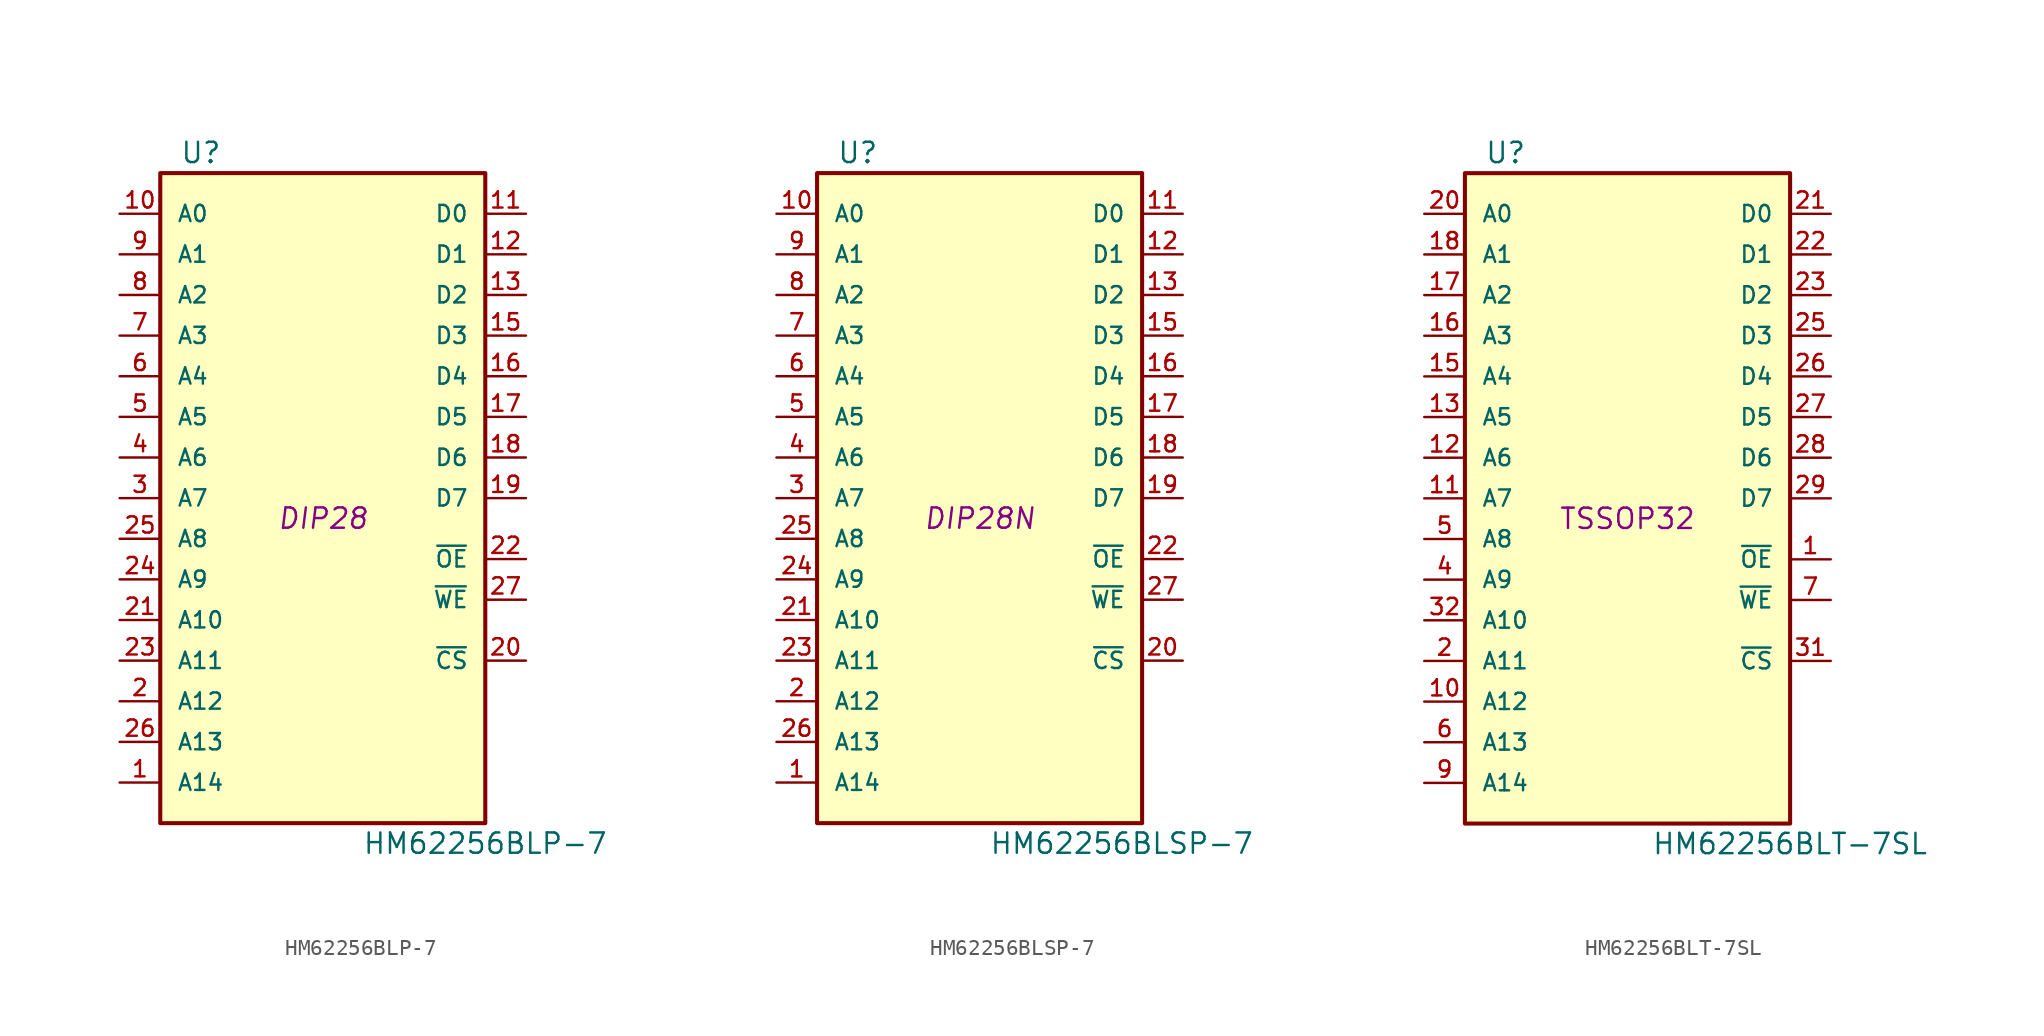
<source format=kicad_sym>
(kicad_symbol_lib
  (version 20231120)
  (generator "kicad_symbol_editor")
  (generator_version "8.0")
  (symbol "HM62256BLP-7"
    (pin_names
      (offset 1.016))
    (property "Reference" "U"
      (at -7.62 22.86 0)
      (effects (font (size 1.27 1.27))))
    (property "Value" "HM62256BLP-7"
      (at 10.16 -20.32 0)
      (effects (font (size 1.27 1.27))))
    (property "Footprint" "DIP28"
      (at 0 0 0)
      (effects (font (size 1.27 1.27) (italic yes))))
    (property "Datasheet" ""
      (at 0 0 0)
      (effects (font (size 1.27 1.27))))
    (symbol "HM62256BLP-7_0_0"
      (pin power_in line (at 0 -20.32 90) (length 1.27) hide (name "GND" (effects (font (size 1.016 1.016)))) (number "14" (effects (font (size 1.016 1.016)))))
      (pin power_in line (at 0 22.86 270) (length 1.27) hide (name "VCC" (effects (font (size 1.016 1.016)))) (number "28" (effects (font (size 1.016 1.016))))))
    (symbol "HM62256BLP-7_0_1"
      (rectangle (start -10.16 21.59) (end 10.16 -19.05) (stroke (width 0.254) (type solid)) (fill (type background))))
    (symbol "HM62256BLP-7_1_1"
      (pin input line (at -12.7 -16.51 0) (length 2.54) (name "A14" (effects (font (size 1.016 1.016)))) (number "1" (effects (font (size 1.016 1.016)))))
      (pin input line (at -12.7 19.05 0) (length 2.54) (name "A0" (effects (font (size 1.016 1.016)))) (number "10" (effects (font (size 1.016 1.016)))))
      (pin tri_state line (at 12.7 19.05 180) (length 2.54) (name "D0" (effects (font (size 1.016 1.016)))) (number "11" (effects (font (size 1.016 1.016)))))
      (pin tri_state line (at 12.7 16.51 180) (length 2.54) (name "D1" (effects (font (size 1.016 1.016)))) (number "12" (effects (font (size 1.016 1.016)))))
      (pin tri_state line (at 12.7 13.97 180) (length 2.54) (name "D2" (effects (font (size 1.016 1.016)))) (number "13" (effects (font (size 1.016 1.016)))))
      (pin tri_state line (at 12.7 11.43 180) (length 2.54) (name "D3" (effects (font (size 1.016 1.016)))) (number "15" (effects (font (size 1.016 1.016)))))
      (pin tri_state line (at 12.7 8.89 180) (length 2.54) (name "D4" (effects (font (size 1.016 1.016)))) (number "16" (effects (font (size 1.016 1.016)))))
      (pin tri_state line (at 12.7 6.35 180) (length 2.54) (name "D5" (effects (font (size 1.016 1.016)))) (number "17" (effects (font (size 1.016 1.016)))))
      (pin tri_state line (at 12.7 3.81 180) (length 2.54) (name "D6" (effects (font (size 1.016 1.016)))) (number "18" (effects (font (size 1.016 1.016)))))
      (pin tri_state line (at 12.7 1.27 180) (length 2.54) (name "D7" (effects (font (size 1.016 1.016)))) (number "19" (effects (font (size 1.016 1.016)))))
      (pin input line (at -12.7 -11.43 0) (length 2.54) (name "A12" (effects (font (size 1.016 1.016)))) (number "2" (effects (font (size 1.016 1.016)))))
      (pin input line (at 12.7 -8.89 180) (length 2.54) (name "~{CS}" (effects (font (size 1.016 1.016)))) (number "20" (effects (font (size 1.016 1.016)))))
      (pin input line (at -12.7 -6.35 0) (length 2.54) (name "A10" (effects (font (size 1.016 1.016)))) (number "21" (effects (font (size 1.016 1.016)))))
      (pin input line (at 12.7 -2.54 180) (length 2.54) (name "~{OE}" (effects (font (size 1.016 1.016)))) (number "22" (effects (font (size 1.016 1.016)))))
      (pin input line (at -12.7 -8.89 0) (length 2.54) (name "A11" (effects (font (size 1.016 1.016)))) (number "23" (effects (font (size 1.016 1.016)))))
      (pin input line (at -12.7 -3.81 0) (length 2.54) (name "A9" (effects (font (size 1.016 1.016)))) (number "24" (effects (font (size 1.016 1.016)))))
      (pin input line (at -12.7 -1.27 0) (length 2.54) (name "A8" (effects (font (size 1.016 1.016)))) (number "25" (effects (font (size 1.016 1.016)))))
      (pin input line (at -12.7 -13.97 0) (length 2.54) (name "A13" (effects (font (size 1.016 1.016)))) (number "26" (effects (font (size 1.016 1.016)))))
      (pin input line (at 12.7 -5.08 180) (length 2.54) (name "~{WE}" (effects (font (size 1.016 1.016)))) (number "27" (effects (font (size 1.016 1.016)))))
      (pin input line (at -12.7 1.27 0) (length 2.54) (name "A7" (effects (font (size 1.016 1.016)))) (number "3" (effects (font (size 1.016 1.016)))))
      (pin input line (at -12.7 3.81 0) (length 2.54) (name "A6" (effects (font (size 1.016 1.016)))) (number "4" (effects (font (size 1.016 1.016)))))
      (pin input line (at -12.7 6.35 0) (length 2.54) (name "A5" (effects (font (size 1.016 1.016)))) (number "5" (effects (font (size 1.016 1.016)))))
      (pin input line (at -12.7 8.89 0) (length 2.54) (name "A4" (effects (font (size 1.016 1.016)))) (number "6" (effects (font (size 1.016 1.016)))))
      (pin input line (at -12.7 11.43 0) (length 2.54) (name "A3" (effects (font (size 1.016 1.016)))) (number "7" (effects (font (size 1.016 1.016)))))
      (pin input line (at -12.7 13.97 0) (length 2.54) (name "A2" (effects (font (size 1.016 1.016)))) (number "8" (effects (font (size 1.016 1.016)))))
      (pin input line (at -12.7 16.51 0) (length 2.54) (name "A1" (effects (font (size 1.016 1.016)))) (number "9" (effects (font (size 1.016 1.016)))))))
  (symbol "HM62256BLSP-7"
    (pin_names
      (offset 1.016))
    (property "Reference" "U"
      (at -7.62 22.86 0)
      (effects (font (size 1.27 1.27))))
    (property "Value" "HM62256BLSP-7"
      (at 8.89 -20.32 0)
      (effects (font (size 1.27 1.27))))
    (property "Footprint" "DIP28N"
      (at 0 0 0)
      (effects (font (size 1.27 1.27) (italic yes))))
    (property "Datasheet" ""
      (at 0 0 0)
      (effects (font (size 1.27 1.27))))
    (symbol "HM62256BLSP-7_0_0"
      (pin power_in line (at 0 -20.32 90) (length 1.27) hide (name "GND" (effects (font (size 1.016 1.016)))) (number "14" (effects (font (size 1.016 1.016)))))
      (pin power_in line (at 0 22.86 270) (length 1.27) hide (name "VCC" (effects (font (size 1.016 1.016)))) (number "28" (effects (font (size 1.016 1.016))))))
    (symbol "HM62256BLSP-7_0_1"
      (rectangle (start -10.16 21.59) (end 10.16 -19.05) (stroke (width 0.254) (type solid)) (fill (type background))))
    (symbol "HM62256BLSP-7_1_1"
      (pin input line (at -12.7 -16.51 0) (length 2.54) (name "A14" (effects (font (size 1.016 1.016)))) (number "1" (effects (font (size 1.016 1.016)))))
      (pin input line (at -12.7 19.05 0) (length 2.54) (name "A0" (effects (font (size 1.016 1.016)))) (number "10" (effects (font (size 1.016 1.016)))))
      (pin tri_state line (at 12.7 19.05 180) (length 2.54) (name "D0" (effects (font (size 1.016 1.016)))) (number "11" (effects (font (size 1.016 1.016)))))
      (pin tri_state line (at 12.7 16.51 180) (length 2.54) (name "D1" (effects (font (size 1.016 1.016)))) (number "12" (effects (font (size 1.016 1.016)))))
      (pin tri_state line (at 12.7 13.97 180) (length 2.54) (name "D2" (effects (font (size 1.016 1.016)))) (number "13" (effects (font (size 1.016 1.016)))))
      (pin tri_state line (at 12.7 11.43 180) (length 2.54) (name "D3" (effects (font (size 1.016 1.016)))) (number "15" (effects (font (size 1.016 1.016)))))
      (pin tri_state line (at 12.7 8.89 180) (length 2.54) (name "D4" (effects (font (size 1.016 1.016)))) (number "16" (effects (font (size 1.016 1.016)))))
      (pin tri_state line (at 12.7 6.35 180) (length 2.54) (name "D5" (effects (font (size 1.016 1.016)))) (number "17" (effects (font (size 1.016 1.016)))))
      (pin tri_state line (at 12.7 3.81 180) (length 2.54) (name "D6" (effects (font (size 1.016 1.016)))) (number "18" (effects (font (size 1.016 1.016)))))
      (pin tri_state line (at 12.7 1.27 180) (length 2.54) (name "D7" (effects (font (size 1.016 1.016)))) (number "19" (effects (font (size 1.016 1.016)))))
      (pin input line (at -12.7 -11.43 0) (length 2.54) (name "A12" (effects (font (size 1.016 1.016)))) (number "2" (effects (font (size 1.016 1.016)))))
      (pin input line (at 12.7 -8.89 180) (length 2.54) (name "~{CS}" (effects (font (size 1.016 1.016)))) (number "20" (effects (font (size 1.016 1.016)))))
      (pin input line (at -12.7 -6.35 0) (length 2.54) (name "A10" (effects (font (size 1.016 1.016)))) (number "21" (effects (font (size 1.016 1.016)))))
      (pin input line (at 12.7 -2.54 180) (length 2.54) (name "~{OE}" (effects (font (size 1.016 1.016)))) (number "22" (effects (font (size 1.016 1.016)))))
      (pin input line (at -12.7 -8.89 0) (length 2.54) (name "A11" (effects (font (size 1.016 1.016)))) (number "23" (effects (font (size 1.016 1.016)))))
      (pin input line (at -12.7 -3.81 0) (length 2.54) (name "A9" (effects (font (size 1.016 1.016)))) (number "24" (effects (font (size 1.016 1.016)))))
      (pin input line (at -12.7 -1.27 0) (length 2.54) (name "A8" (effects (font (size 1.016 1.016)))) (number "25" (effects (font (size 1.016 1.016)))))
      (pin input line (at -12.7 -13.97 0) (length 2.54) (name "A13" (effects (font (size 1.016 1.016)))) (number "26" (effects (font (size 1.016 1.016)))))
      (pin input line (at 12.7 -5.08 180) (length 2.54) (name "~{WE}" (effects (font (size 1.016 1.016)))) (number "27" (effects (font (size 1.016 1.016)))))
      (pin input line (at -12.7 1.27 0) (length 2.54) (name "A7" (effects (font (size 1.016 1.016)))) (number "3" (effects (font (size 1.016 1.016)))))
      (pin input line (at -12.7 3.81 0) (length 2.54) (name "A6" (effects (font (size 1.016 1.016)))) (number "4" (effects (font (size 1.016 1.016)))))
      (pin input line (at -12.7 6.35 0) (length 2.54) (name "A5" (effects (font (size 1.016 1.016)))) (number "5" (effects (font (size 1.016 1.016)))))
      (pin input line (at -12.7 8.89 0) (length 2.54) (name "A4" (effects (font (size 1.016 1.016)))) (number "6" (effects (font (size 1.016 1.016)))))
      (pin input line (at -12.7 11.43 0) (length 2.54) (name "A3" (effects (font (size 1.016 1.016)))) (number "7" (effects (font (size 1.016 1.016)))))
      (pin input line (at -12.7 13.97 0) (length 2.54) (name "A2" (effects (font (size 1.016 1.016)))) (number "8" (effects (font (size 1.016 1.016)))))
      (pin input line (at -12.7 16.51 0) (length 2.54) (name "A1" (effects (font (size 1.016 1.016)))) (number "9" (effects (font (size 1.016 1.016)))))))
  (symbol "HM62256BLT-7SL"
    (pin_names
      (offset 1.016))
    (property "Reference" "U"
      (at -7.62 22.86 0)
      (effects (font (size 1.27 1.27))))
    (property "Value" "HM62256BLT-7SL"
      (at 10.16 -20.32 0)
      (effects (font (size 1.27 1.27))))
    (property "Footprint" "TSSOP32"
      (at 0 0 0)
      (effects (font (size 1.27 1.27))))
    (property "Datasheet" ""
      (at 0 0 0)
      (effects (font (size 1.27 1.27))))
    (symbol "HM62256BLT-7SL_0_0"
      (pin power_in line (at 0 -20.32 90) (length 1.27) hide (name "GND" (effects (font (size 1.016 1.016)))) (number "24" (effects (font (size 1.016 1.016)))))
      (pin power_in line (at 0 22.86 270) (length 1.27) hide (name "VCC" (effects (font (size 1.016 1.016)))) (number "8" (effects (font (size 1.016 1.016))))))
    (symbol "HM62256BLT-7SL_0_1"
      (rectangle (start -10.16 21.59) (end 10.16 -19.05) (stroke (width 0.254) (type solid)) (fill (type background))))
    (symbol "HM62256BLT-7SL_1_1"
      (pin input line (at 12.7 -2.54 180) (length 2.54) (name "~{OE}" (effects (font (size 1.016 1.016)))) (number "1" (effects (font (size 1.016 1.016)))))
      (pin input line (at -12.7 -11.43 0) (length 2.54) (name "A12" (effects (font (size 1.016 1.016)))) (number "10" (effects (font (size 1.016 1.016)))))
      (pin input line (at -12.7 1.27 0) (length 2.54) (name "A7" (effects (font (size 1.016 1.016)))) (number "11" (effects (font (size 1.016 1.016)))))
      (pin input line (at -12.7 3.81 0) (length 2.54) (name "A6" (effects (font (size 1.016 1.016)))) (number "12" (effects (font (size 1.016 1.016)))))
      (pin input line (at -12.7 6.35 0) (length 2.54) (name "A5" (effects (font (size 1.016 1.016)))) (number "13" (effects (font (size 1.016 1.016)))))
      (pin input line (at -12.7 8.89 0) (length 2.54) (name "A4" (effects (font (size 1.016 1.016)))) (number "15" (effects (font (size 1.016 1.016)))))
      (pin input line (at -12.7 11.43 0) (length 2.54) (name "A3" (effects (font (size 1.016 1.016)))) (number "16" (effects (font (size 1.016 1.016)))))
      (pin input line (at -12.7 13.97 0) (length 2.54) (name "A2" (effects (font (size 1.016 1.016)))) (number "17" (effects (font (size 1.016 1.016)))))
      (pin input line (at -12.7 16.51 0) (length 2.54) (name "A1" (effects (font (size 1.016 1.016)))) (number "18" (effects (font (size 1.016 1.016)))))
      (pin input line (at -12.7 -8.89 0) (length 2.54) (name "A11" (effects (font (size 1.016 1.016)))) (number "2" (effects (font (size 1.016 1.016)))))
      (pin input line (at -12.7 19.05 0) (length 2.54) (name "A0" (effects (font (size 1.016 1.016)))) (number "20" (effects (font (size 1.016 1.016)))))
      (pin tri_state line (at 12.7 19.05 180) (length 2.54) (name "D0" (effects (font (size 1.016 1.016)))) (number "21" (effects (font (size 1.016 1.016)))))
      (pin tri_state line (at 12.7 16.51 180) (length 2.54) (name "D1" (effects (font (size 1.016 1.016)))) (number "22" (effects (font (size 1.016 1.016)))))
      (pin tri_state line (at 12.7 13.97 180) (length 2.54) (name "D2" (effects (font (size 1.016 1.016)))) (number "23" (effects (font (size 1.016 1.016)))))
      (pin tri_state line (at 12.7 11.43 180) (length 2.54) (name "D3" (effects (font (size 1.016 1.016)))) (number "25" (effects (font (size 1.016 1.016)))))
      (pin tri_state line (at 12.7 8.89 180) (length 2.54) (name "D4" (effects (font (size 1.016 1.016)))) (number "26" (effects (font (size 1.016 1.016)))))
      (pin tri_state line (at 12.7 6.35 180) (length 2.54) (name "D5" (effects (font (size 1.016 1.016)))) (number "27" (effects (font (size 1.016 1.016)))))
      (pin tri_state line (at 12.7 3.81 180) (length 2.54) (name "D6" (effects (font (size 1.016 1.016)))) (number "28" (effects (font (size 1.016 1.016)))))
      (pin tri_state line (at 12.7 1.27 180) (length 2.54) (name "D7" (effects (font (size 1.016 1.016)))) (number "29" (effects (font (size 1.016 1.016)))))
      (pin input line (at 12.7 -8.89 180) (length 2.54) (name "~{CS}" (effects (font (size 1.016 1.016)))) (number "31" (effects (font (size 1.016 1.016)))))
      (pin input line (at -12.7 -6.35 0) (length 2.54) (name "A10" (effects (font (size 1.016 1.016)))) (number "32" (effects (font (size 1.016 1.016)))))
      (pin input line (at -12.7 -3.81 0) (length 2.54) (name "A9" (effects (font (size 1.016 1.016)))) (number "4" (effects (font (size 1.016 1.016)))))
      (pin input line (at -12.7 -1.27 0) (length 2.54) (name "A8" (effects (font (size 1.016 1.016)))) (number "5" (effects (font (size 1.016 1.016)))))
      (pin input line (at -12.7 -13.97 0) (length 2.54) (name "A13" (effects (font (size 1.016 1.016)))) (number "6" (effects (font (size 1.016 1.016)))))
      (pin input line (at 12.7 -5.08 180) (length 2.54) (name "~{WE}" (effects (font (size 1.016 1.016)))) (number "7" (effects (font (size 1.016 1.016)))))
      (pin input line (at -12.7 -16.51 0) (length 2.54) (name "A14" (effects (font (size 1.016 1.016)))) (number "9" (effects (font (size 1.016 1.016))))))))
</source>
